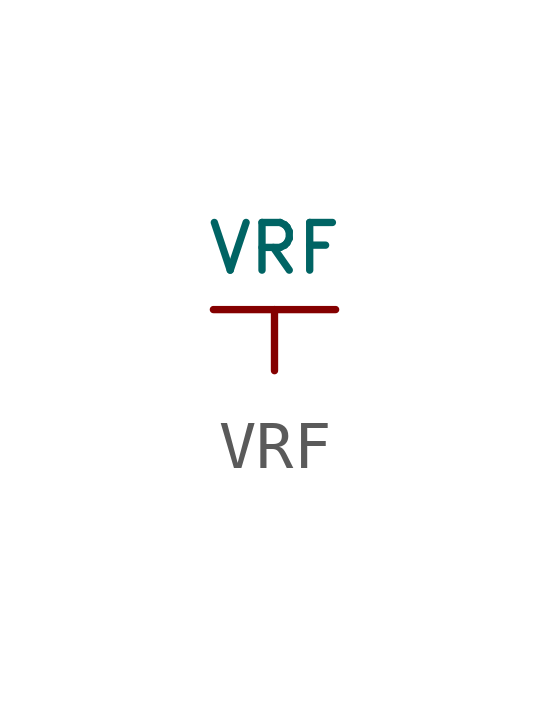
<source format=kicad_sym>
(kicad_symbol_lib
  (version 20220914)
  (generator kicad_symbol_editor)
  (symbol "VRF"
    (power)
    (pin_numbers hide)
    (pin_names
      (offset 0) hide)
    (property "Reference" "#PWR"
      (at 0 -5.08 0)
      (effects (font (size 1.524 1.524)) hide))
    (property "Value" "VRF"
      (at 0 1.27 0)
      (effects (font (size 0.991 0.991))))
    (property "Footprint" ""
      (at 0 0 0)
      (effects (font (size 1.524 1.524))))
    (property "Datasheet" ""
      (at 0 0 0)
      (effects (font (size 1.524 1.524))))
    (symbol "VRF_0_1"
      (polyline (pts (xy -1.27 0) (xy 1.27 0)) (stroke (width 0) (type default)) (fill (type none))))
    (symbol "VRF_1_1"
      (pin power_in line (at 0 -1.27 90) (length 1.27) (name "VRF" (effects (font (size 1.27 1.27)))) (number "" (effects (font (size 1.27 1.27))))))))
</source>
